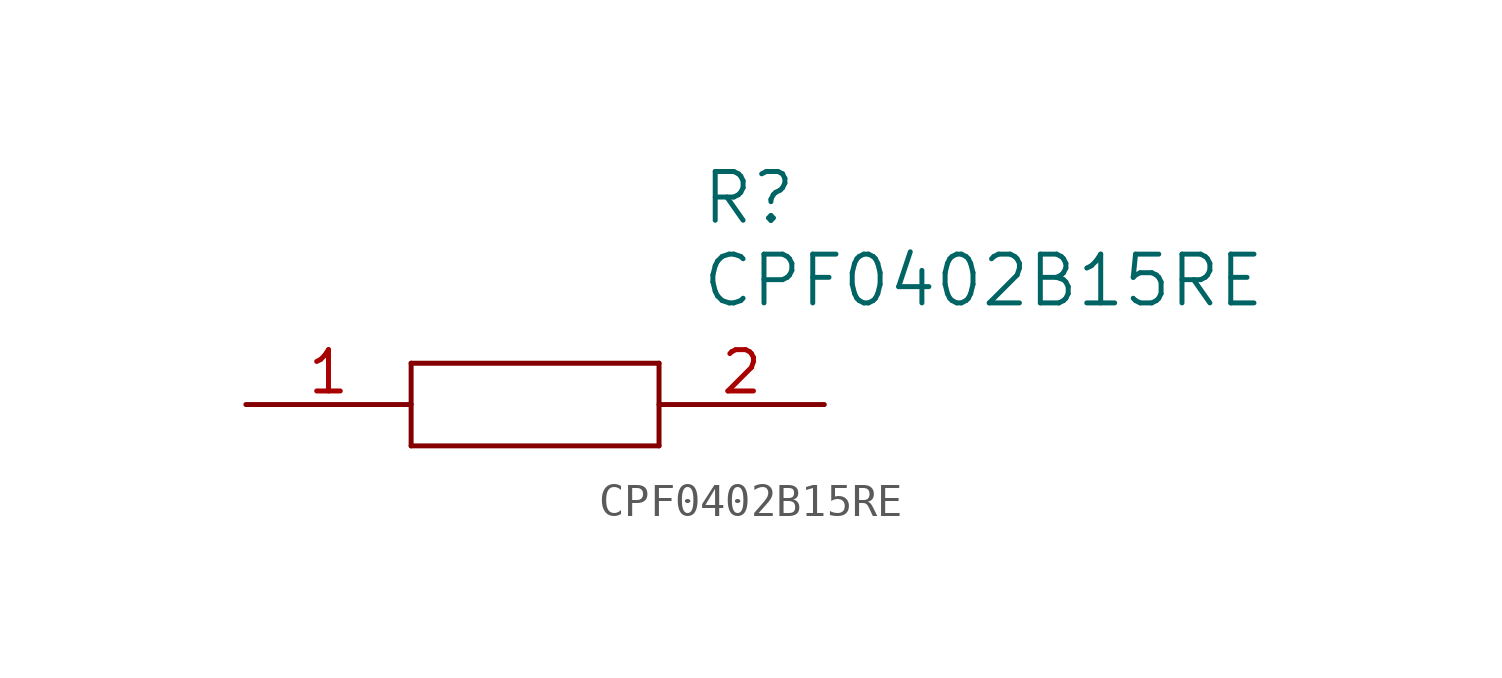
<source format=kicad_sym>
(kicad_symbol_lib
  (version 20211014)
  (generator kicad_symbol_editor)
  (symbol "CPF0402B15RE"
    (pin_names
      (offset 1.016))
    (property "Reference" "R"
      (at 13.97 6.35 0)
      (effects (font (size 1.499 1.499)) (justify left)))
    (property "Value" "CPF0402B15RE"
      (at 13.97 3.81 0)
      (effects (font (size 1.499 1.499)) (justify left)))
    (property "ki_locked" ""
      (at 0 0 0)
      (effects (font (size 1.27 1.27))))
    (symbol "CPF0402B15RE_1_0"
      (polyline (pts (xy 5.08 1.27) (xy 5.08 -1.27)) (stroke (width 0) (type default) (color 0 0 0 0)) (fill (type none)))
      (polyline (pts (xy 5.08 1.27) (xy 12.7 1.27)) (stroke (width 0) (type default) (color 0 0 0 0)) (fill (type none)))
      (polyline (pts (xy 12.7 -1.27) (xy 5.08 -1.27)) (stroke (width 0) (type default) (color 0 0 0 0)) (fill (type none)))
      (polyline (pts (xy 12.7 -1.27) (xy 12.7 1.27)) (stroke (width 0) (type default) (color 0 0 0 0)) (fill (type none)))
      (pin bidirectional line (at 0 0 0) (length 5.08) (name "1" (effects (font (size 0 0)))) (number "1" (effects (font (size 1.27 1.27)))))
      (pin bidirectional line (at 17.78 0 180) (length 5.08) (name "2" (effects (font (size 0 0)))) (number "2" (effects (font (size 1.27 1.27))))))))
</source>
